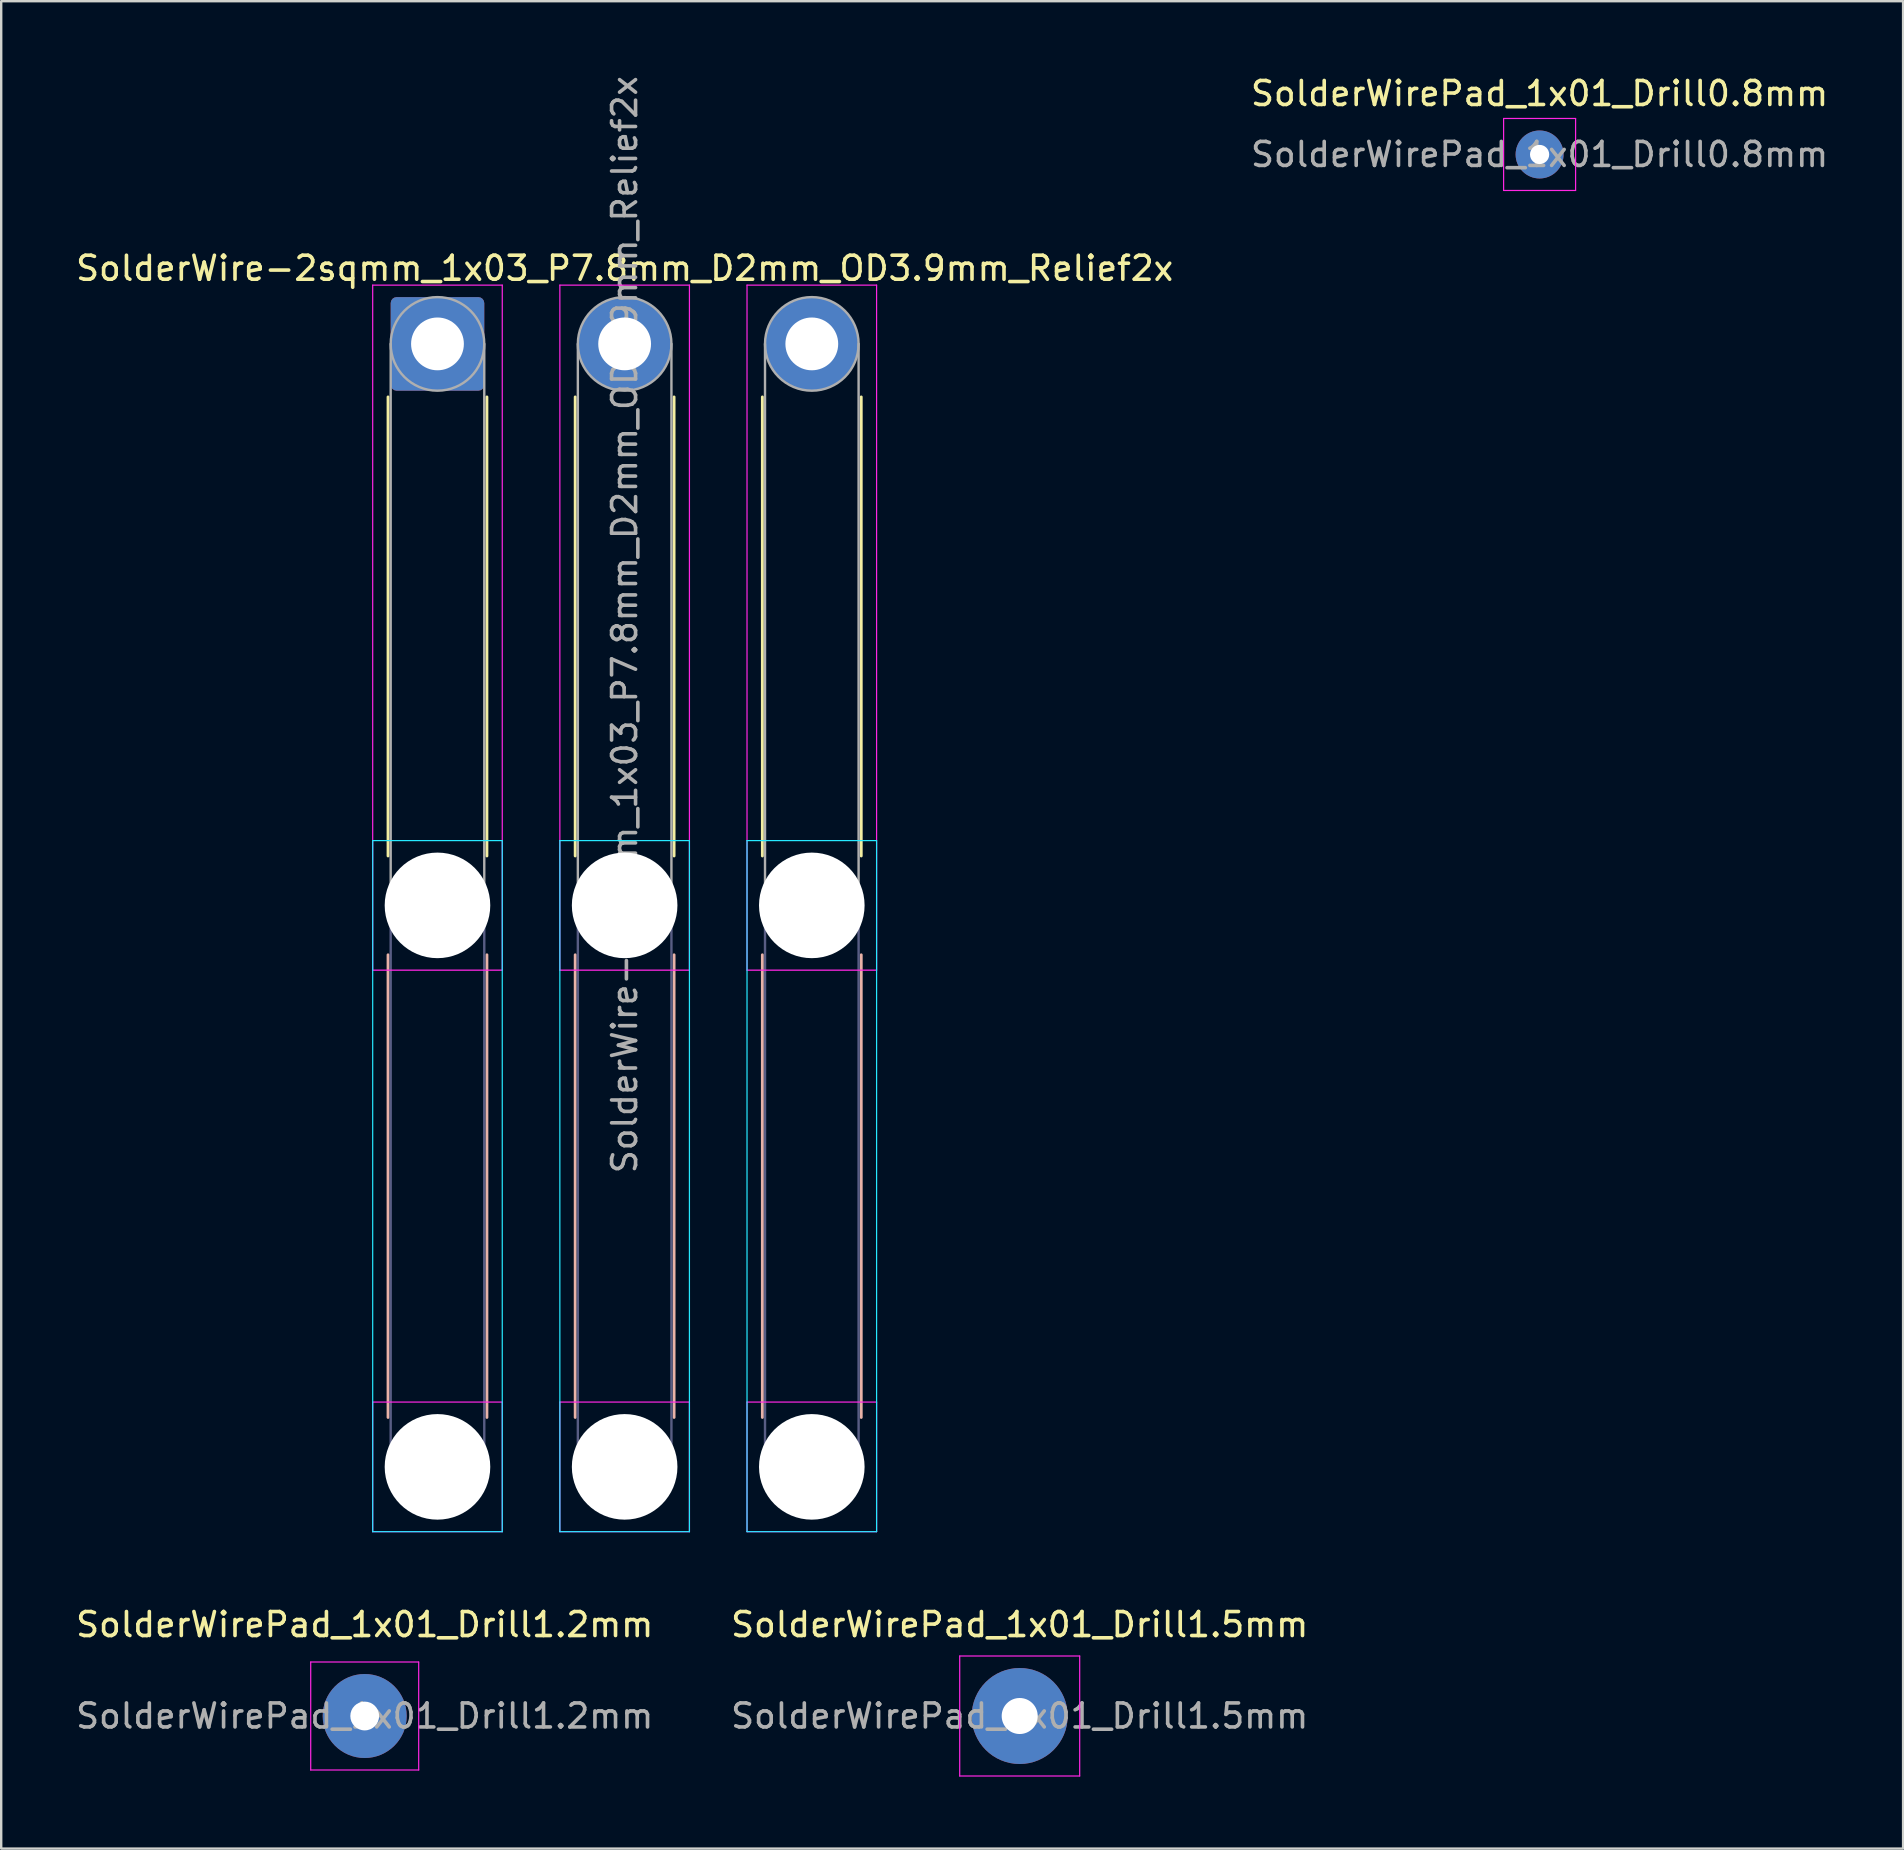
<source format=kicad_pcb>
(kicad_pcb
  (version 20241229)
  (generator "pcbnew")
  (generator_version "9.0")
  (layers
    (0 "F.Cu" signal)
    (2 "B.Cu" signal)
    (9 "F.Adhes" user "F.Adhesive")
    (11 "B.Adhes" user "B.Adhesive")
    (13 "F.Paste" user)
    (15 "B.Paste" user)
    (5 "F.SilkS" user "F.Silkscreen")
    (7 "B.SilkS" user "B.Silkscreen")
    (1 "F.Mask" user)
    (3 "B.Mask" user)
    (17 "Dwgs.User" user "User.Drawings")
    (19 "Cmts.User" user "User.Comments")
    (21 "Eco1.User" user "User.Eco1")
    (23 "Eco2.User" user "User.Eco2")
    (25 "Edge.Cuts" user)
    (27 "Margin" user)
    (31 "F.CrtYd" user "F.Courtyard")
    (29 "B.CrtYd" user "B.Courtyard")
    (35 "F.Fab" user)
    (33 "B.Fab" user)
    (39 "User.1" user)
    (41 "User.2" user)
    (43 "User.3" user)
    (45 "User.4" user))
  (footprint "SolderWirePad_1x01_Drill1.5mm"
    (layer "F.Cu")
    (at 39.446 68.465)
    (property "Reference" "SolderWirePad_1x01_Drill1.5mm" (at 0 -3.81 0) (layer "F.SilkS") (effects (font (size 1 1) (thickness 0.15))))
    (attr exclude_from_pos_files exclude_from_bom)
    (fp_line (start -2.5 -2.5) (end -2.5 2.5) (stroke (width 0.05) (type solid)) (layer "F.CrtYd"))
    (fp_line (start -2.5 -2.5) (end 2.5 -2.5) (stroke (width 0.05) (type solid)) (layer "F.CrtYd"))
    (fp_line (start 2.5 2.5) (end -2.5 2.5) (stroke (width 0.05) (type solid)) (layer "F.CrtYd"))
    (fp_line (start 2.5 2.5) (end 2.5 -2.5) (stroke (width 0.05) (type solid)) (layer "F.CrtYd"))
    (fp_text user "${REFERENCE}" (at 0 0 0) (layer "F.Fab") (effects (font (size 1 1) (thickness 0.15))))
    (pad "1" thru_hole circle (at 0 0) (size 4 4) (drill 1.501) (layers "*.Cu" "*.Mask")))
  (footprint "SolderWirePad_1x01_Drill0.8mm"
    (layer "F.Cu")
    (at 61.113 3.388)
    (property "Reference" "SolderWirePad_1x01_Drill0.8mm" (at 0 -2.54 0) (layer "F.SilkS") (effects (font (size 1 1) (thickness 0.15))))
    (attr exclude_from_pos_files exclude_from_bom)
    (fp_line (start -1.5 -1.5) (end -1.5 1.5) (stroke (width 0.05) (type solid)) (layer "F.CrtYd"))
    (fp_line (start -1.5 -1.5) (end 1.5 -1.5) (stroke (width 0.05) (type solid)) (layer "F.CrtYd"))
    (fp_line (start 1.5 1.5) (end -1.5 1.5) (stroke (width 0.05) (type solid)) (layer "F.CrtYd"))
    (fp_line (start 1.5 1.5) (end 1.5 -1.5) (stroke (width 0.05) (type solid)) (layer "F.CrtYd"))
    (fp_text user "${REFERENCE}" (at 0 0 0) (layer "F.Fab") (effects (font (size 1 1) (thickness 0.15))))
    (pad "1" thru_hole circle (at 0 0) (size 1.999 1.999) (drill 0.8) (layers "*.Cu" "*.Mask")))
  (footprint "SolderWire-2sqmm_1x03_P7.8mm_D2mm_OD3.9mm_Relief2x"
    (layer "F.Cu")
    (at 15.182 11.282)
    (property "Reference" "SolderWire-2sqmm_1x03_P7.8mm_D2mm_OD3.9mm_Relief2x" (at 7.8 -3.15 0) (layer "F.SilkS") (effects (font (size 1 1) (thickness 0.15))))
    (attr exclude_from_pos_files exclude_from_bom)
    (fp_line (start -2.06 2.21) (end -2.06 21.34) (stroke (width 0.12) (type solid)) (layer "F.SilkS"))
    (fp_line (start 2.06 2.21) (end 2.06 21.34) (stroke (width 0.12) (type solid)) (layer "F.SilkS"))
    (fp_line (start 5.74 2.21) (end 5.74 21.34) (stroke (width 0.12) (type solid)) (layer "F.SilkS"))
    (fp_line (start 9.86 2.21) (end 9.86 21.34) (stroke (width 0.12) (type solid)) (layer "F.SilkS"))
    (fp_line (start 13.54 2.21) (end 13.54 21.34) (stroke (width 0.12) (type solid)) (layer "F.SilkS"))
    (fp_line (start 17.66 2.21) (end 17.66 21.34) (stroke (width 0.12) (type solid)) (layer "F.SilkS"))
    (fp_line (start -2.06 25.46) (end -2.06 44.74) (stroke (width 0.12) (type solid)) (layer "B.SilkS"))
    (fp_line (start 2.06 25.46) (end 2.06 44.74) (stroke (width 0.12) (type solid)) (layer "B.SilkS"))
    (fp_line (start 5.74 25.46) (end 5.74 44.74) (stroke (width 0.12) (type solid)) (layer "B.SilkS"))
    (fp_line (start 9.86 25.46) (end 9.86 44.74) (stroke (width 0.12) (type solid)) (layer "B.SilkS"))
    (fp_line (start 13.54 25.46) (end 13.54 44.74) (stroke (width 0.12) (type solid)) (layer "B.SilkS"))
    (fp_line (start 17.66 25.46) (end 17.66 44.74) (stroke (width 0.12) (type solid)) (layer "B.SilkS"))
    (fp_line (start -2.7 20.7) (end -2.7 49.5) (stroke (width 0.05) (type solid)) (layer "B.CrtYd"))
    (fp_line (start -2.7 49.5) (end 2.7 49.5) (stroke (width 0.05) (type solid)) (layer "B.CrtYd"))
    (fp_line (start 2.7 20.7) (end -2.7 20.7) (stroke (width 0.05) (type solid)) (layer "B.CrtYd"))
    (fp_line (start 2.7 49.5) (end 2.7 20.7) (stroke (width 0.05) (type solid)) (layer "B.CrtYd"))
    (fp_line (start 5.1 20.7) (end 5.1 49.5) (stroke (width 0.05) (type solid)) (layer "B.CrtYd"))
    (fp_line (start 5.1 49.5) (end 10.5 49.5) (stroke (width 0.05) (type solid)) (layer "B.CrtYd"))
    (fp_line (start 10.5 20.7) (end 5.1 20.7) (stroke (width 0.05) (type solid)) (layer "B.CrtYd"))
    (fp_line (start 10.5 49.5) (end 10.5 20.7) (stroke (width 0.05) (type solid)) (layer "B.CrtYd"))
    (fp_line (start 12.9 20.7) (end 12.9 49.5) (stroke (width 0.05) (type solid)) (layer "B.CrtYd"))
    (fp_line (start 12.9 49.5) (end 18.3 49.5) (stroke (width 0.05) (type solid)) (layer "B.CrtYd"))
    (fp_line (start 18.3 20.7) (end 12.9 20.7) (stroke (width 0.05) (type solid)) (layer "B.CrtYd"))
    (fp_line (start 18.3 49.5) (end 18.3 20.7) (stroke (width 0.05) (type solid)) (layer "B.CrtYd"))
    (fp_line (start -2.7 -2.45) (end -2.7 26.1) (stroke (width 0.05) (type solid)) (layer "F.CrtYd"))
    (fp_line (start -2.7 26.1) (end 2.7 26.1) (stroke (width 0.05) (type solid)) (layer "F.CrtYd"))
    (fp_line (start -2.7 44.1) (end -2.7 49.5) (stroke (width 0.05) (type solid)) (layer "F.CrtYd"))
    (fp_line (start -2.7 49.5) (end 2.7 49.5) (stroke (width 0.05) (type solid)) (layer "F.CrtYd"))
    (fp_line (start 2.7 -2.45) (end -2.7 -2.45) (stroke (width 0.05) (type solid)) (layer "F.CrtYd"))
    (fp_line (start 2.7 26.1) (end 2.7 -2.45) (stroke (width 0.05) (type solid)) (layer "F.CrtYd"))
    (fp_line (start 2.7 44.1) (end -2.7 44.1) (stroke (width 0.05) (type solid)) (layer "F.CrtYd"))
    (fp_line (start 2.7 49.5) (end 2.7 44.1) (stroke (width 0.05) (type solid)) (layer "F.CrtYd"))
    (fp_line (start 5.1 -2.45) (end 5.1 26.1) (stroke (width 0.05) (type solid)) (layer "F.CrtYd"))
    (fp_line (start 5.1 26.1) (end 10.5 26.1) (stroke (width 0.05) (type solid)) (layer "F.CrtYd"))
    (fp_line (start 5.1 44.1) (end 5.1 49.5) (stroke (width 0.05) (type solid)) (layer "F.CrtYd"))
    (fp_line (start 5.1 49.5) (end 10.5 49.5) (stroke (width 0.05) (type solid)) (layer "F.CrtYd"))
    (fp_line (start 10.5 -2.45) (end 5.1 -2.45) (stroke (width 0.05) (type solid)) (layer "F.CrtYd"))
    (fp_line (start 10.5 26.1) (end 10.5 -2.45) (stroke (width 0.05) (type solid)) (layer "F.CrtYd"))
    (fp_line (start 10.5 44.1) (end 5.1 44.1) (stroke (width 0.05) (type solid)) (layer "F.CrtYd"))
    (fp_line (start 10.5 49.5) (end 10.5 44.1) (stroke (width 0.05) (type solid)) (layer "F.CrtYd"))
    (fp_line (start 12.9 -2.45) (end 12.9 26.1) (stroke (width 0.05) (type solid)) (layer "F.CrtYd"))
    (fp_line (start 12.9 26.1) (end 18.3 26.1) (stroke (width 0.05) (type solid)) (layer "F.CrtYd"))
    (fp_line (start 12.9 44.1) (end 12.9 49.5) (stroke (width 0.05) (type solid)) (layer "F.CrtYd"))
    (fp_line (start 12.9 49.5) (end 18.3 49.5) (stroke (width 0.05) (type solid)) (layer "F.CrtYd"))
    (fp_line (start 18.3 -2.45) (end 12.9 -2.45) (stroke (width 0.05) (type solid)) (layer "F.CrtYd"))
    (fp_line (start 18.3 26.1) (end 18.3 -2.45) (stroke (width 0.05) (type solid)) (layer "F.CrtYd"))
    (fp_line (start 18.3 44.1) (end 12.9 44.1) (stroke (width 0.05) (type solid)) (layer "F.CrtYd"))
    (fp_line (start 18.3 49.5) (end 18.3 44.1) (stroke (width 0.05) (type solid)) (layer "F.CrtYd"))
    (fp_line (start -1.95 23.4) (end -1.95 46.8) (stroke (width 0.1) (type solid)) (layer "B.Fab"))
    (fp_line (start 1.95 23.4) (end 1.95 46.8) (stroke (width 0.1) (type solid)) (layer "B.Fab"))
    (fp_line (start 5.85 23.4) (end 5.85 46.8) (stroke (width 0.1) (type solid)) (layer "B.Fab"))
    (fp_line (start 9.75 23.4) (end 9.75 46.8) (stroke (width 0.1) (type solid)) (layer "B.Fab"))
    (fp_line (start 13.65 23.4) (end 13.65 46.8) (stroke (width 0.1) (type solid)) (layer "B.Fab"))
    (fp_line (start 17.55 23.4) (end 17.55 46.8) (stroke (width 0.1) (type solid)) (layer "B.Fab"))
    (fp_circle (center 0 23.4) (end 1.95 23.4) (stroke (width 0.1) (type solid)) (fill no) (layer "B.Fab"))
    (fp_circle (center 0 46.8) (end 1.95 46.8) (stroke (width 0.1) (type solid)) (fill no) (layer "B.Fab"))
    (fp_circle (center 7.8 23.4) (end 9.75 23.4) (stroke (width 0.1) (type solid)) (fill no) (layer "B.Fab"))
    (fp_circle (center 7.8 46.8) (end 9.75 46.8) (stroke (width 0.1) (type solid)) (fill no) (layer "B.Fab"))
    (fp_circle (center 15.6 23.4) (end 17.55 23.4) (stroke (width 0.1) (type solid)) (fill no) (layer "B.Fab"))
    (fp_circle (center 15.6 46.8) (end 17.55 46.8) (stroke (width 0.1) (type solid)) (fill no) (layer "B.Fab"))
    (fp_line (start -1.95 0) (end -1.95 23.4) (stroke (width 0.1) (type solid)) (layer "F.Fab"))
    (fp_line (start 1.95 0) (end 1.95 23.4) (stroke (width 0.1) (type solid)) (layer "F.Fab"))
    (fp_line (start 5.85 0) (end 5.85 23.4) (stroke (width 0.1) (type solid)) (layer "F.Fab"))
    (fp_line (start 9.75 0) (end 9.75 23.4) (stroke (width 0.1) (type solid)) (layer "F.Fab"))
    (fp_line (start 13.65 0) (end 13.65 23.4) (stroke (width 0.1) (type solid)) (layer "F.Fab"))
    (fp_line (start 17.55 0) (end 17.55 23.4) (stroke (width 0.1) (type solid)) (layer "F.Fab"))
    (fp_circle (center 0 0) (end 1.95 0) (stroke (width 0.1) (type solid)) (fill no) (layer "F.Fab"))
    (fp_circle (center 0 23.4) (end 1.95 23.4) (stroke (width 0.1) (type solid)) (fill no) (layer "F.Fab"))
    (fp_circle (center 0 46.8) (end 1.95 46.8) (stroke (width 0.1) (type solid)) (fill no) (layer "F.Fab"))
    (fp_circle (center 7.8 0) (end 9.75 0) (stroke (width 0.1) (type solid)) (fill no) (layer "F.Fab"))
    (fp_circle (center 7.8 23.4) (end 9.75 23.4) (stroke (width 0.1) (type solid)) (fill no) (layer "F.Fab"))
    (fp_circle (center 7.8 46.8) (end 9.75 46.8) (stroke (width 0.1) (type solid)) (fill no) (layer "F.Fab"))
    (fp_circle (center 15.6 0) (end 17.55 0) (stroke (width 0.1) (type solid)) (fill no) (layer "F.Fab"))
    (fp_circle (center 15.6 23.4) (end 17.55 23.4) (stroke (width 0.1) (type solid)) (fill no) (layer "F.Fab"))
    (fp_circle (center 15.6 46.8) (end 17.55 46.8) (stroke (width 0.1) (type solid)) (fill no) (layer "F.Fab"))
    (fp_text user "${REFERENCE}" (at 7.8 11.7 90) (layer "F.Fab") (effects (font (size 1 1) (thickness 0.15))))
    (pad "" np_thru_hole circle (at 0 23.4) (size 4.4 4.4) (drill 4.4) (layers "*.Cu" "*.Mask"))
    (pad "" np_thru_hole circle (at 0 46.8) (size 4.4 4.4) (drill 4.4) (layers "*.Cu" "*.Mask"))
    (pad "" np_thru_hole circle (at 7.8 23.4) (size 4.4 4.4) (drill 4.4) (layers "*.Cu" "*.Mask"))
    (pad "" np_thru_hole circle (at 7.8 46.8) (size 4.4 4.4) (drill 4.4) (layers "*.Cu" "*.Mask"))
    (pad "" np_thru_hole circle (at 15.6 23.4) (size 4.4 4.4) (drill 4.4) (layers "*.Cu" "*.Mask"))
    (pad "" np_thru_hole circle (at 15.6 46.8) (size 4.4 4.4) (drill 4.4) (layers "*.Cu" "*.Mask"))
    (pad "1" thru_hole roundrect (at 0 0) (size 3.9 3.9) (drill 2.2) (layers "*.Cu" "*.Mask") (roundrect_rratio 0.064))
    (pad "2" thru_hole circle (at 7.8 0) (size 3.9 3.9) (drill 2.2) (layers "*.Cu" "*.Mask"))
    (pad "3" thru_hole circle (at 15.6 0) (size 3.9 3.9) (drill 2.2) (layers "*.Cu" "*.Mask")))
  (footprint "SolderWirePad_1x01_Drill1.2mm"
    (layer "F.Cu")
    (at 12.149 68.465)
    (property "Reference" "SolderWirePad_1x01_Drill1.2mm" (at 0 -3.81 0) (layer "F.SilkS") (effects (font (size 1 1) (thickness 0.15))))
    (attr exclude_from_pos_files exclude_from_bom)
    (fp_line (start -2.25 -2.25) (end -2.25 2.25) (stroke (width 0.05) (type solid)) (layer "F.CrtYd"))
    (fp_line (start -2.25 -2.25) (end 2.25 -2.25) (stroke (width 0.05) (type solid)) (layer "F.CrtYd"))
    (fp_line (start 2.25 2.25) (end -2.25 2.25) (stroke (width 0.05) (type solid)) (layer "F.CrtYd"))
    (fp_line (start 2.25 2.25) (end 2.25 -2.25) (stroke (width 0.05) (type solid)) (layer "F.CrtYd"))
    (fp_text user "${REFERENCE}" (at 0 0 0) (layer "F.Fab") (effects (font (size 1 1) (thickness 0.15))))
    (pad "1" thru_hole circle (at 0 0) (size 3.5 3.5) (drill 1.199) (layers "*.Cu" "*.Mask")))
  (gr_rect
    (start -3 -3)
    (end 76.262 73.99)
    (stroke (width 0.1) (type default))
    (fill no)
    (layer "Edge.Cuts")))
</source>
